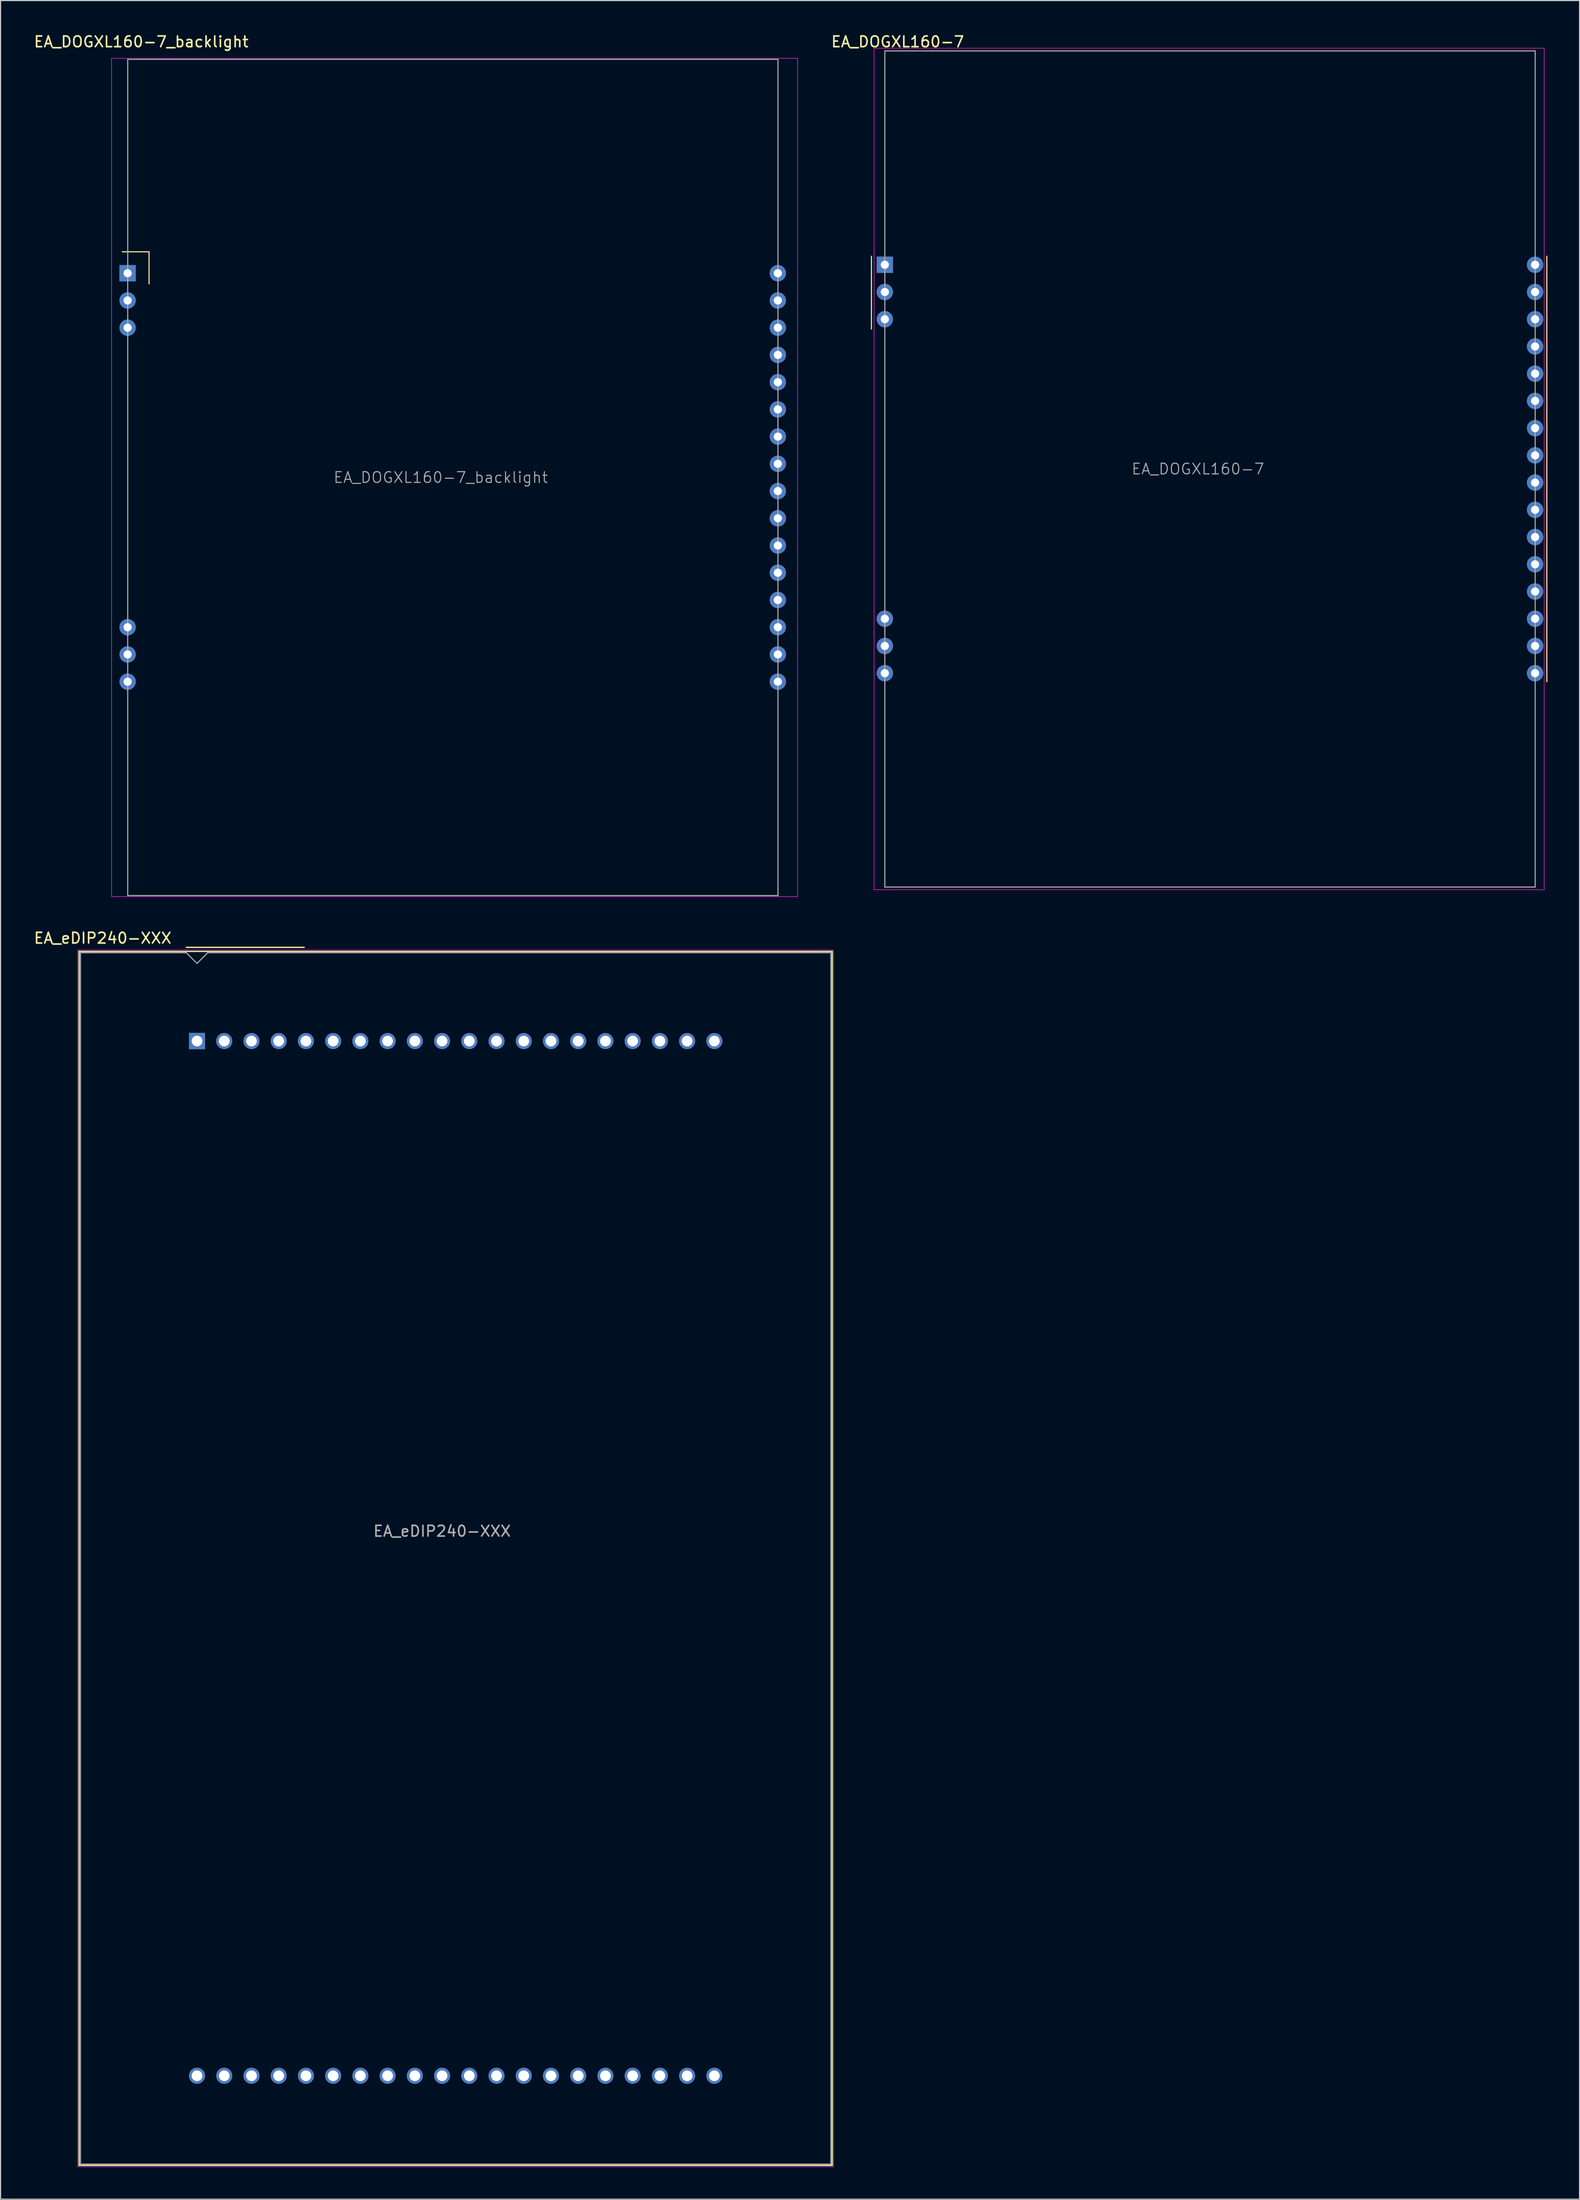
<source format=kicad_pcb>
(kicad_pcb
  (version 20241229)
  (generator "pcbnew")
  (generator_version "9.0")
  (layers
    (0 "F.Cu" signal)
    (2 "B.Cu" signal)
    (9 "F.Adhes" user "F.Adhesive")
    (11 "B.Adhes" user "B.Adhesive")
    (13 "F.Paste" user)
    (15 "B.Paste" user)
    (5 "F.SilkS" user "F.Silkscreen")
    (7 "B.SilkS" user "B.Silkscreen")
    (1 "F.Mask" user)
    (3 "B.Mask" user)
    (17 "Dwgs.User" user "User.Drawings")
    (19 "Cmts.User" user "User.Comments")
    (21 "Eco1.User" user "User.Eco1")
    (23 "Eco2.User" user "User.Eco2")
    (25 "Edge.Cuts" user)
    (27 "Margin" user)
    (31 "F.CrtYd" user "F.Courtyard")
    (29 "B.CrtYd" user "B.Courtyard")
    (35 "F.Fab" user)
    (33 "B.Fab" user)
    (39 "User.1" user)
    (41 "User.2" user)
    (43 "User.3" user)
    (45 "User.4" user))
  (footprint "EA_DOGXL160-7_backlight"
    (layer "F.Cu")
    (at 8.855 22.438)
    (property "Reference" "EA_DOGXL160-7_backlight" (at 1.27 -21.59 0) (layer "F.SilkS") (effects (font (size 1 1) (thickness 0.15))))
    (attr through_hole)
    (fp_line (start -0.5 -2) (end 2 -2) (stroke (width 0.1) (type solid)) (layer "F.SilkS"))
    (fp_line (start 2 -2) (end 2 1) (stroke (width 0.1) (type solid)) (layer "F.SilkS"))
    (fp_line (start -1.5 -20.05) (end 62.5 -20.05) (stroke (width 0.05) (type solid)) (layer "F.CrtYd"))
    (fp_line (start -1.5 58.15) (end -1.5 -20.05) (stroke (width 0.05) (type solid)) (layer "F.CrtYd"))
    (fp_line (start 62.5 -20.05) (end 62.5 58.15) (stroke (width 0.05) (type solid)) (layer "F.CrtYd"))
    (fp_line (start 62.5 58.15) (end -1.5 58.15) (stroke (width 0.05) (type solid)) (layer "F.CrtYd"))
    (fp_line (start 0.01 -19.95) (end 60.67 -19.95) (stroke (width 0.1) (type solid)) (layer "F.Fab"))
    (fp_line (start 0.01 58.05) (end 0.01 -19.95) (stroke (width 0.1) (type solid)) (layer "F.Fab"))
    (fp_line (start 60.67 -19.95) (end 60.67 58.05) (stroke (width 0.1) (type solid)) (layer "F.Fab"))
    (fp_line (start 60.67 58.05) (end 0.01 58.05) (stroke (width 0.1) (type solid)) (layer "F.Fab"))
    (fp_text user "${REFERENCE}" (at 29.21 19.05 0) (layer "F.Fab") (effects (font (size 1 1) (thickness 0.1))))
    (pad "1" thru_hole rect (at 0 0) (size 1.524 1.524) (drill 0.762) (layers "*.Cu" "*.Mask"))
    (pad "2" thru_hole circle (at 0 2.54) (size 1.524 1.524) (drill 0.762) (layers "*.Cu" "*.Mask"))
    (pad "3" thru_hole circle (at 0 5.08) (size 1.524 1.524) (drill 0.762) (layers "*.Cu" "*.Mask"))
    (pad "14" thru_hole circle (at 0 33.02) (size 1.524 1.524) (drill 0.762) (layers "*.Cu" "*.Mask"))
    (pad "15" thru_hole circle (at 0 35.56) (size 1.524 1.524) (drill 0.762) (layers "*.Cu" "*.Mask"))
    (pad "16" thru_hole circle (at 0 38.1) (size 1.524 1.524) (drill 0.762) (layers "*.Cu" "*.Mask"))
    (pad "17" thru_hole circle (at 60.66 38.1) (size 1.524 1.524) (drill 0.762) (layers "*.Cu" "*.Mask"))
    (pad "18" thru_hole circle (at 60.66 35.56) (size 1.524 1.524) (drill 0.762) (layers "*.Cu" "*.Mask"))
    (pad "19" thru_hole circle (at 60.66 33.02) (size 1.524 1.524) (drill 0.762) (layers "*.Cu" "*.Mask"))
    (pad "20" thru_hole circle (at 60.66 30.48) (size 1.524 1.524) (drill 0.762) (layers "*.Cu" "*.Mask"))
    (pad "21" thru_hole circle (at 60.66 27.94) (size 1.524 1.524) (drill 0.762) (layers "*.Cu" "*.Mask"))
    (pad "22" thru_hole circle (at 60.66 25.4) (size 1.524 1.524) (drill 0.762) (layers "*.Cu" "*.Mask"))
    (pad "23" thru_hole circle (at 60.66 22.86) (size 1.524 1.524) (drill 0.762) (layers "*.Cu" "*.Mask"))
    (pad "24" thru_hole circle (at 60.66 20.32) (size 1.524 1.524) (drill 0.762) (layers "*.Cu" "*.Mask"))
    (pad "25" thru_hole circle (at 60.66 17.78) (size 1.524 1.524) (drill 0.762) (layers "*.Cu" "*.Mask"))
    (pad "26" thru_hole circle (at 60.66 15.24) (size 1.524 1.524) (drill 0.762) (layers "*.Cu" "*.Mask"))
    (pad "27" thru_hole circle (at 60.66 12.7) (size 1.524 1.524) (drill 0.762) (layers "*.Cu" "*.Mask"))
    (pad "28" thru_hole circle (at 60.66 10.16) (size 1.524 1.524) (drill 0.762) (layers "*.Cu" "*.Mask"))
    (pad "29" thru_hole circle (at 60.66 7.62) (size 1.524 1.524) (drill 0.762) (layers "*.Cu" "*.Mask"))
    (pad "30" thru_hole circle (at 60.66 5.08) (size 1.524 1.524) (drill 0.762) (layers "*.Cu" "*.Mask"))
    (pad "31" thru_hole circle (at 60.66 2.54) (size 1.524 1.524) (drill 0.762) (layers "*.Cu" "*.Mask"))
    (pad "32" thru_hole circle (at 60.66 0) (size 1.524 1.524) (drill 0.762) (layers "*.Cu" "*.Mask")))
  (footprint "EA_DOGXL160-7"
    (layer "F.Cu")
    (at 79.495 21.648)
    (property "Reference" "EA_DOGXL160-7" (at 1.2 -20.8 0) (layer "F.SilkS") (effects (font (size 1 1) (thickness 0.15))))
    (attr through_hole)
    (fp_line (start -1.25 -0.8) (end -1.25 6) (stroke (width 0.1) (type solid)) (layer "F.SilkS"))
    (fp_line (start 61.76 -0.8) (end 61.76 38.9) (stroke (width 0.1) (type solid)) (layer "F.SilkS"))
    (fp_line (start -1 -20.2) (end 61.51 -20.2) (stroke (width 0.05) (type solid)) (layer "F.CrtYd"))
    (fp_line (start -1 58.3) (end -1 -20.2) (stroke (width 0.05) (type solid)) (layer "F.CrtYd"))
    (fp_line (start 61.51 -20.2) (end 61.51 58.3) (stroke (width 0.05) (type solid)) (layer "F.CrtYd"))
    (fp_line (start 61.51 58.3) (end -1 58.3) (stroke (width 0.05) (type solid)) (layer "F.CrtYd"))
    (fp_line (start 0 -19.95) (end 60.67 -19.95) (stroke (width 0.1) (type solid)) (layer "F.Fab"))
    (fp_line (start 0 58.05) (end 0 -19.95) (stroke (width 0.1) (type solid)) (layer "F.Fab"))
    (fp_line (start 60.67 -19.95) (end 60.67 58.05) (stroke (width 0.1) (type solid)) (layer "F.Fab"))
    (fp_line (start 60.67 58.05) (end 0.01 58.05) (stroke (width 0.1) (type solid)) (layer "F.Fab"))
    (fp_text user "${REFERENCE}" (at 29.21 19.05 0) (layer "F.Fab") (effects (font (size 1 1) (thickness 0.1))))
    (pad "1" thru_hole rect (at 0 0) (size 1.524 1.524) (drill 0.762) (layers "*.Cu" "*.Mask"))
    (pad "2" thru_hole circle (at 0 2.54) (size 1.524 1.524) (drill 0.762) (layers "*.Cu" "*.Mask"))
    (pad "3" thru_hole circle (at 0 5.08) (size 1.524 1.524) (drill 0.762) (layers "*.Cu" "*.Mask"))
    (pad "14" thru_hole circle (at 0 33.02) (size 1.524 1.524) (drill 0.762) (layers "*.Cu" "*.Mask"))
    (pad "15" thru_hole circle (at 0 35.56) (size 1.524 1.524) (drill 0.762) (layers "*.Cu" "*.Mask"))
    (pad "16" thru_hole circle (at 0 38.1) (size 1.524 1.524) (drill 0.762) (layers "*.Cu" "*.Mask"))
    (pad "17" thru_hole circle (at 60.66 38.1) (size 1.524 1.524) (drill 0.762) (layers "*.Cu" "*.Mask"))
    (pad "18" thru_hole circle (at 60.66 35.56) (size 1.524 1.524) (drill 0.762) (layers "*.Cu" "*.Mask"))
    (pad "19" thru_hole circle (at 60.66 33.02) (size 1.524 1.524) (drill 0.762) (layers "*.Cu" "*.Mask"))
    (pad "20" thru_hole circle (at 60.66 30.48) (size 1.524 1.524) (drill 0.762) (layers "*.Cu" "*.Mask"))
    (pad "21" thru_hole circle (at 60.66 27.94) (size 1.524 1.524) (drill 0.762) (layers "*.Cu" "*.Mask"))
    (pad "22" thru_hole circle (at 60.66 25.4) (size 1.524 1.524) (drill 0.762) (layers "*.Cu" "*.Mask"))
    (pad "23" thru_hole circle (at 60.66 22.86) (size 1.524 1.524) (drill 0.762) (layers "*.Cu" "*.Mask"))
    (pad "24" thru_hole circle (at 60.66 20.32) (size 1.524 1.524) (drill 0.762) (layers "*.Cu" "*.Mask"))
    (pad "25" thru_hole circle (at 60.66 17.78) (size 1.524 1.524) (drill 0.762) (layers "*.Cu" "*.Mask"))
    (pad "26" thru_hole circle (at 60.66 15.24) (size 1.524 1.524) (drill 0.762) (layers "*.Cu" "*.Mask"))
    (pad "27" thru_hole circle (at 60.66 12.7) (size 1.524 1.524) (drill 0.762) (layers "*.Cu" "*.Mask"))
    (pad "28" thru_hole circle (at 60.66 10.16) (size 1.524 1.524) (drill 0.762) (layers "*.Cu" "*.Mask"))
    (pad "29" thru_hole circle (at 60.66 7.62) (size 1.524 1.524) (drill 0.762) (layers "*.Cu" "*.Mask"))
    (pad "30" thru_hole circle (at 60.66 5.08) (size 1.524 1.524) (drill 0.762) (layers "*.Cu" "*.Mask"))
    (pad "31" thru_hole circle (at 60.66 2.54) (size 1.524 1.524) (drill 0.762) (layers "*.Cu" "*.Mask"))
    (pad "32" thru_hole circle (at 60.66 0) (size 1.524 1.524) (drill 0.762) (layers "*.Cu" "*.Mask")))
  (footprint "EA_eDIP240-XXX"
    (layer "F.Cu")
    (at 15.33 94.061)
    (property "Reference" "EA_eDIP240-XXX" (at -8.8 -9.6 0) (layer "F.SilkS") (effects (font (size 1 1) (thickness 0.15))))
    (attr through_hole)
    (fp_line (start -11 -8.36) (end 59.25 -8.36) (stroke (width 0.12) (type solid)) (layer "F.SilkS"))
    (fp_line (start -11 104.88) (end -11 -8.36) (stroke (width 0.12) (type solid)) (layer "F.SilkS"))
    (fp_line (start -1 -8.74) (end 10 -8.74) (stroke (width 0.12) (type solid)) (layer "F.SilkS"))
    (fp_line (start 59.25 -8.36) (end 59.25 104.88) (stroke (width 0.12) (type solid)) (layer "F.SilkS"))
    (fp_line (start 59.25 104.88) (end -11 104.88) (stroke (width 0.12) (type solid)) (layer "F.SilkS"))
    (fp_line (start -11.13 -8.49) (end 59.38 -8.49) (stroke (width 0.05) (type solid)) (layer "F.CrtYd"))
    (fp_line (start -11.13 105.01) (end -11.13 -8.49) (stroke (width 0.05) (type solid)) (layer "F.CrtYd"))
    (fp_line (start 59.38 -8.49) (end 59.38 105.01) (stroke (width 0.05) (type solid)) (layer "F.CrtYd"))
    (fp_line (start 59.38 105.01) (end -11.13 105.01) (stroke (width 0.05) (type solid)) (layer "F.CrtYd"))
    (fp_line (start -10.87 104.76) (end -10.87 -8.24) (stroke (width 0.1) (type solid)) (layer "F.Fab"))
    (fp_line (start -1 -8.24) (end -10.87 -8.24) (stroke (width 0.1) (type solid)) (layer "F.Fab"))
    (fp_line (start 0 -7.24) (end -1 -8.24) (stroke (width 0.1) (type solid)) (layer "F.Fab"))
    (fp_line (start 1 -8.24) (end 0 -7.24) (stroke (width 0.1) (type solid)) (layer "F.Fab"))
    (fp_line (start 1 -8.24) (end 59.13 -8.24) (stroke (width 0.1) (type solid)) (layer "F.Fab"))
    (fp_line (start 59.13 -8.24) (end 59.13 104.76) (stroke (width 0.1) (type solid)) (layer "F.Fab"))
    (fp_line (start 59.13 104.76) (end -10.87 104.76) (stroke (width 0.1) (type solid)) (layer "F.Fab"))
    (fp_text user "${REFERENCE}" (at 22.86 45.72 0) (layer "F.Fab") (effects (font (size 1 1) (thickness 0.15))))
    (pad "1" thru_hole rect (at 0 0 180) (size 1.5 1.524) (drill 1) (layers "*.Cu" "*.Mask"))
    (pad "2" thru_hole circle (at 2.54 0 180) (size 1.5 1.5) (drill 1) (layers "*.Cu" "*.Mask"))
    (pad "3" thru_hole circle (at 5.08 0 180) (size 1.5 1.5) (drill 1) (layers "*.Cu" "*.Mask"))
    (pad "4" thru_hole circle (at 7.62 0 180) (size 1.5 1.5) (drill 1) (layers "*.Cu" "*.Mask"))
    (pad "5" thru_hole circle (at 10.16 0 180) (size 1.5 1.5) (drill 1) (layers "*.Cu" "*.Mask"))
    (pad "6" thru_hole circle (at 12.7 0 180) (size 1.5 1.5) (drill 1) (layers "*.Cu" "*.Mask"))
    (pad "7" thru_hole circle (at 15.24 0 180) (size 1.5 1.5) (drill 1) (layers "*.Cu" "*.Mask"))
    (pad "8" thru_hole circle (at 17.78 0 180) (size 1.5 1.5) (drill 1) (layers "*.Cu" "*.Mask"))
    (pad "9" thru_hole circle (at 20.32 0 180) (size 1.5 1.5) (drill 1) (layers "*.Cu" "*.Mask"))
    (pad "10" thru_hole circle (at 22.86 0 180) (size 1.5 1.5) (drill 1) (layers "*.Cu" "*.Mask"))
    (pad "11" thru_hole circle (at 25.4 0 180) (size 1.5 1.5) (drill 1) (layers "*.Cu" "*.Mask"))
    (pad "12" thru_hole circle (at 27.94 0 180) (size 1.5 1.5) (drill 1) (layers "*.Cu" "*.Mask"))
    (pad "13" thru_hole circle (at 30.48 0 180) (size 1.5 1.5) (drill 1) (layers "*.Cu" "*.Mask"))
    (pad "14" thru_hole circle (at 33.02 0 180) (size 1.5 1.5) (drill 1) (layers "*.Cu" "*.Mask"))
    (pad "15" thru_hole circle (at 35.56 0 180) (size 1.5 1.5) (drill 1) (layers "*.Cu" "*.Mask"))
    (pad "16" thru_hole circle (at 38.1 0 180) (size 1.5 1.5) (drill 1) (layers "*.Cu" "*.Mask"))
    (pad "17" thru_hole circle (at 40.64 0 180) (size 1.5 1.5) (drill 1) (layers "*.Cu" "*.Mask"))
    (pad "18" thru_hole circle (at 43.18 0 180) (size 1.5 1.5) (drill 1) (layers "*.Cu" "*.Mask"))
    (pad "19" thru_hole circle (at 45.72 0 180) (size 1.5 1.5) (drill 1) (layers "*.Cu" "*.Mask"))
    (pad "20" thru_hole circle (at 48.26 0 180) (size 1.5 1.5) (drill 1) (layers "*.Cu" "*.Mask"))
    (pad "21" thru_hole circle (at 48.26 96.52 180) (size 1.5 1.5) (drill 1) (layers "*.Cu" "*.Mask"))
    (pad "22" thru_hole circle (at 45.72 96.52 180) (size 1.5 1.5) (drill 1) (layers "*.Cu" "*.Mask"))
    (pad "23" thru_hole circle (at 43.18 96.52 180) (size 1.5 1.5) (drill 1) (layers "*.Cu" "*.Mask"))
    (pad "24" thru_hole circle (at 40.64 96.52 180) (size 1.5 1.5) (drill 1) (layers "*.Cu" "*.Mask"))
    (pad "25" thru_hole circle (at 38.1 96.52 180) (size 1.5 1.5) (drill 1) (layers "*.Cu" "*.Mask"))
    (pad "26" thru_hole circle (at 35.56 96.52 180) (size 1.5 1.5) (drill 1) (layers "*.Cu" "*.Mask"))
    (pad "27" thru_hole circle (at 33.02 96.52 180) (size 1.5 1.5) (drill 1) (layers "*.Cu" "*.Mask"))
    (pad "28" thru_hole circle (at 30.48 96.52 180) (size 1.5 1.5) (drill 1) (layers "*.Cu" "*.Mask"))
    (pad "29" thru_hole circle (at 27.94 96.52 180) (size 1.5 1.5) (drill 1) (layers "*.Cu" "*.Mask"))
    (pad "30" thru_hole circle (at 25.4 96.52 180) (size 1.5 1.5) (drill 1) (layers "*.Cu" "*.Mask"))
    (pad "31" thru_hole circle (at 22.86 96.52 180) (size 1.5 1.5) (drill 1) (layers "*.Cu" "*.Mask"))
    (pad "32" thru_hole circle (at 20.32 96.52 180) (size 1.5 1.5) (drill 1) (layers "*.Cu" "*.Mask"))
    (pad "33" thru_hole circle (at 17.78 96.52 180) (size 1.5 1.5) (drill 1) (layers "*.Cu" "*.Mask"))
    (pad "34" thru_hole circle (at 15.24 96.52 180) (size 1.5 1.5) (drill 1) (layers "*.Cu" "*.Mask"))
    (pad "35" thru_hole circle (at 12.7 96.52 180) (size 1.5 1.5) (drill 1) (layers "*.Cu" "*.Mask"))
    (pad "36" thru_hole circle (at 10.16 96.52 180) (size 1.5 1.5) (drill 1) (layers "*.Cu" "*.Mask"))
    (pad "37" thru_hole circle (at 7.62 96.52 180) (size 1.5 1.5) (drill 1) (layers "*.Cu" "*.Mask"))
    (pad "38" thru_hole circle (at 5.08 96.52 180) (size 1.5 1.5) (drill 1) (layers "*.Cu" "*.Mask"))
    (pad "39" thru_hole circle (at 2.54 96.52 180) (size 1.5 1.5) (drill 1) (layers "*.Cu" "*.Mask"))
    (pad "40" thru_hole circle (at 0 96.52 180) (size 1.5 1.5) (drill 1) (layers "*.Cu" "*.Mask")))
  (gr_rect
    (start -3 -3)
    (end 144.305 202.096)
    (stroke (width 0.1) (type default))
    (fill no)
    (layer "Edge.Cuts")))
</source>
